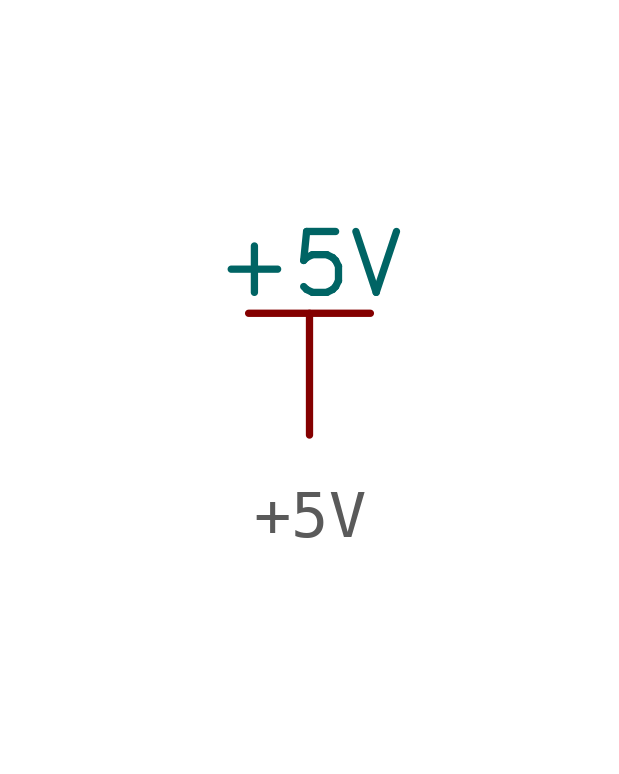
<source format=kicad_sym>
(kicad_symbol_lib
  (version 20211014)
  (generator kicad_symbol_editor)
  (symbol "+5V"
    (power)
    (pin_names
      (offset 0))
    (property "Reference" "#PWR"
      (at 0 -3.81 0)
      (effects (font (size 1.27 1.27)) hide))
    (property "Value" "+5V"
      (at 0 3.556 0)
      (effects (font (size 1.27 1.27))))
    (property "Footprint" ""
      (at 0 0 0)
      (effects (font (size 1.27 1.27))))
    (property "Datasheet" ""
      (at 0 0 0)
      (effects (font (size 1.27 1.27))))
    (symbol "+5V_0_1"
      (polyline (pts (xy 0 0) (xy 0 2.54)) (stroke (width 0) (type default) (color 0 0 0 0)) (fill (type none)))
      (polyline (pts (xy 1.27 2.54) (xy -1.27 2.54)) (stroke (width 0) (type default) (color 0 0 0 0)) (fill (type none))))
    (symbol "+5V_1_1"
      (pin power_in line (at 0 0 90) (length 0) hide (name "+5V" (effects (font (size 1.27 1.27)))) (number "1" (effects (font (size 1.27 1.27))))))))
</source>
